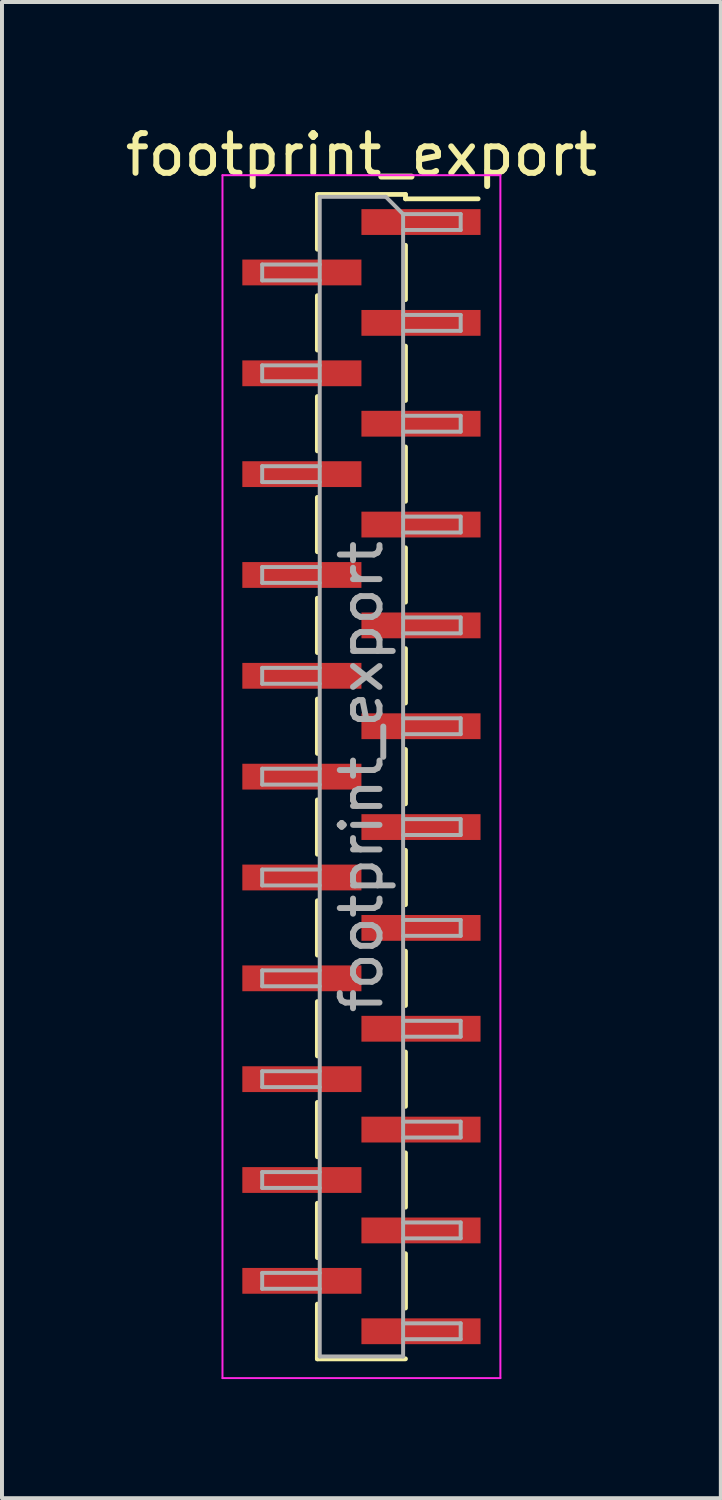
<source format=kicad_pcb>
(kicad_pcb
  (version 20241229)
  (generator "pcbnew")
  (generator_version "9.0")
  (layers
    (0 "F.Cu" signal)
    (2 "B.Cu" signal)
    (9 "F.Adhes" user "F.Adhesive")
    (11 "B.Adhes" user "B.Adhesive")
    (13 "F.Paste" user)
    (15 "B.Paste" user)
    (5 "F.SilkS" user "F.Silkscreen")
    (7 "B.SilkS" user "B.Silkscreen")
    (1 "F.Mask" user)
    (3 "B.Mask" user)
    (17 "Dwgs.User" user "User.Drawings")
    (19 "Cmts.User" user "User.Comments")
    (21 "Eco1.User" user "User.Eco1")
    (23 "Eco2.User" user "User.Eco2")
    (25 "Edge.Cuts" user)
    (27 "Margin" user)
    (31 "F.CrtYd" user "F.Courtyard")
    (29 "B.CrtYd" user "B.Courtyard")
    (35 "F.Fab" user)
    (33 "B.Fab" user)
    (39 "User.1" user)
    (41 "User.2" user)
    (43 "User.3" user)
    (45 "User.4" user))
  (footprint "footprint_export"
    (layer "F.Cu")
    (at 6.054 16.513)
    (property "Reference" "footprint_export" (at 0 -15.665 0) (layer "F.SilkS") (effects (font (size 1 1) (thickness 0.15))))
    (attr smd)
    (fp_line (start -1.11 -14.665) (end 1.11 -14.665) (stroke (width 0.12) (type solid)) (layer "F.SilkS"))
    (fp_line (start -1.11 -14.655) (end -1.11 -13.285) (stroke (width 0.12) (type solid)) (layer "F.SilkS"))
    (fp_line (start -1.11 -12.115) (end -1.11 -10.745) (stroke (width 0.12) (type solid)) (layer "F.SilkS"))
    (fp_line (start -1.11 -9.575) (end -1.11 -8.205) (stroke (width 0.12) (type solid)) (layer "F.SilkS"))
    (fp_line (start -1.11 -7.035) (end -1.11 -5.665) (stroke (width 0.12) (type solid)) (layer "F.SilkS"))
    (fp_line (start -1.11 -4.495) (end -1.11 -3.125) (stroke (width 0.12) (type solid)) (layer "F.SilkS"))
    (fp_line (start -1.11 -1.955) (end -1.11 -0.585) (stroke (width 0.12) (type solid)) (layer "F.SilkS"))
    (fp_line (start -1.11 0.585) (end -1.11 1.955) (stroke (width 0.12) (type solid)) (layer "F.SilkS"))
    (fp_line (start -1.11 3.125) (end -1.11 4.495) (stroke (width 0.12) (type solid)) (layer "F.SilkS"))
    (fp_line (start -1.11 5.665) (end -1.11 7.035) (stroke (width 0.12) (type solid)) (layer "F.SilkS"))
    (fp_line (start -1.11 8.205) (end -1.11 9.575) (stroke (width 0.12) (type solid)) (layer "F.SilkS"))
    (fp_line (start -1.11 10.745) (end -1.11 12.115) (stroke (width 0.12) (type solid)) (layer "F.SilkS"))
    (fp_line (start -1.11 13.285) (end -1.11 14.655) (stroke (width 0.12) (type solid)) (layer "F.SilkS"))
    (fp_line (start -1.11 14.555) (end -1.11 14.665) (stroke (width 0.12) (type solid)) (layer "F.SilkS"))
    (fp_line (start -1.11 14.665) (end 1.11 14.665) (stroke (width 0.12) (type solid)) (layer "F.SilkS"))
    (fp_line (start 1.11 -14.665) (end 1.11 -14.555) (stroke (width 0.12) (type solid)) (layer "F.SilkS"))
    (fp_line (start 1.11 -14.555) (end 2.94 -14.555) (stroke (width 0.12) (type solid)) (layer "F.SilkS"))
    (fp_line (start 1.11 -13.385) (end 1.11 -12.015) (stroke (width 0.12) (type solid)) (layer "F.SilkS"))
    (fp_line (start 1.11 -10.845) (end 1.11 -9.475) (stroke (width 0.12) (type solid)) (layer "F.SilkS"))
    (fp_line (start 1.11 -8.305) (end 1.11 -6.935) (stroke (width 0.12) (type solid)) (layer "F.SilkS"))
    (fp_line (start 1.11 -5.765) (end 1.11 -4.395) (stroke (width 0.12) (type solid)) (layer "F.SilkS"))
    (fp_line (start 1.11 -3.225) (end 1.11 -1.855) (stroke (width 0.12) (type solid)) (layer "F.SilkS"))
    (fp_line (start 1.11 -0.685) (end 1.11 0.685) (stroke (width 0.12) (type solid)) (layer "F.SilkS"))
    (fp_line (start 1.11 1.855) (end 1.11 3.225) (stroke (width 0.12) (type solid)) (layer "F.SilkS"))
    (fp_line (start 1.11 4.395) (end 1.11 5.765) (stroke (width 0.12) (type solid)) (layer "F.SilkS"))
    (fp_line (start 1.11 6.935) (end 1.11 8.305) (stroke (width 0.12) (type solid)) (layer "F.SilkS"))
    (fp_line (start 1.11 9.475) (end 1.11 10.845) (stroke (width 0.12) (type solid)) (layer "F.SilkS"))
    (fp_line (start 1.11 12.015) (end 1.11 13.385) (stroke (width 0.12) (type solid)) (layer "F.SilkS"))
    (fp_line (start -3.5 -15.15) (end -3.5 15.15) (stroke (width 0.05) (type solid)) (layer "F.CrtYd"))
    (fp_line (start -3.5 15.15) (end 3.5 15.15) (stroke (width 0.05) (type solid)) (layer "F.CrtYd"))
    (fp_line (start 3.5 -15.15) (end -3.5 -15.15) (stroke (width 0.05) (type solid)) (layer "F.CrtYd"))
    (fp_line (start 3.5 15.15) (end 3.5 -15.15) (stroke (width 0.05) (type solid)) (layer "F.CrtYd"))
    (fp_line (start -2.5 -12.9) (end -2.5 -12.5) (stroke (width 0.1) (type solid)) (layer "F.Fab"))
    (fp_line (start -2.5 -12.5) (end -1.05 -12.5) (stroke (width 0.1) (type solid)) (layer "F.Fab"))
    (fp_line (start -2.5 -10.36) (end -2.5 -9.96) (stroke (width 0.1) (type solid)) (layer "F.Fab"))
    (fp_line (start -2.5 -9.96) (end -1.05 -9.96) (stroke (width 0.1) (type solid)) (layer "F.Fab"))
    (fp_line (start -2.5 -7.82) (end -2.5 -7.42) (stroke (width 0.1) (type solid)) (layer "F.Fab"))
    (fp_line (start -2.5 -7.42) (end -1.05 -7.42) (stroke (width 0.1) (type solid)) (layer "F.Fab"))
    (fp_line (start -2.5 -5.28) (end -2.5 -4.88) (stroke (width 0.1) (type solid)) (layer "F.Fab"))
    (fp_line (start -2.5 -4.88) (end -1.05 -4.88) (stroke (width 0.1) (type solid)) (layer "F.Fab"))
    (fp_line (start -2.5 -2.74) (end -2.5 -2.34) (stroke (width 0.1) (type solid)) (layer "F.Fab"))
    (fp_line (start -2.5 -2.34) (end -1.05 -2.34) (stroke (width 0.1) (type solid)) (layer "F.Fab"))
    (fp_line (start -2.5 -0.2) (end -2.5 0.2) (stroke (width 0.1) (type solid)) (layer "F.Fab"))
    (fp_line (start -2.5 0.2) (end -1.05 0.2) (stroke (width 0.1) (type solid)) (layer "F.Fab"))
    (fp_line (start -2.5 2.34) (end -2.5 2.74) (stroke (width 0.1) (type solid)) (layer "F.Fab"))
    (fp_line (start -2.5 2.74) (end -1.05 2.74) (stroke (width 0.1) (type solid)) (layer "F.Fab"))
    (fp_line (start -2.5 4.88) (end -2.5 5.28) (stroke (width 0.1) (type solid)) (layer "F.Fab"))
    (fp_line (start -2.5 5.28) (end -1.05 5.28) (stroke (width 0.1) (type solid)) (layer "F.Fab"))
    (fp_line (start -2.5 7.42) (end -2.5 7.82) (stroke (width 0.1) (type solid)) (layer "F.Fab"))
    (fp_line (start -2.5 7.82) (end -1.05 7.82) (stroke (width 0.1) (type solid)) (layer "F.Fab"))
    (fp_line (start -2.5 9.96) (end -2.5 10.36) (stroke (width 0.1) (type solid)) (layer "F.Fab"))
    (fp_line (start -2.5 10.36) (end -1.05 10.36) (stroke (width 0.1) (type solid)) (layer "F.Fab"))
    (fp_line (start -2.5 12.5) (end -2.5 12.9) (stroke (width 0.1) (type solid)) (layer "F.Fab"))
    (fp_line (start -2.5 12.9) (end -1.05 12.9) (stroke (width 0.1) (type solid)) (layer "F.Fab"))
    (fp_line (start -1.05 -14.605) (end -1.05 14.605) (stroke (width 0.1) (type solid)) (layer "F.Fab"))
    (fp_line (start -1.05 -14.605) (end 0.615 -14.605) (stroke (width 0.1) (type solid)) (layer "F.Fab"))
    (fp_line (start -1.05 -12.9) (end -2.5 -12.9) (stroke (width 0.1) (type solid)) (layer "F.Fab"))
    (fp_line (start -1.05 -10.36) (end -2.5 -10.36) (stroke (width 0.1) (type solid)) (layer "F.Fab"))
    (fp_line (start -1.05 -7.82) (end -2.5 -7.82) (stroke (width 0.1) (type solid)) (layer "F.Fab"))
    (fp_line (start -1.05 -5.28) (end -2.5 -5.28) (stroke (width 0.1) (type solid)) (layer "F.Fab"))
    (fp_line (start -1.05 -2.74) (end -2.5 -2.74) (stroke (width 0.1) (type solid)) (layer "F.Fab"))
    (fp_line (start -1.05 -0.2) (end -2.5 -0.2) (stroke (width 0.1) (type solid)) (layer "F.Fab"))
    (fp_line (start -1.05 2.34) (end -2.5 2.34) (stroke (width 0.1) (type solid)) (layer "F.Fab"))
    (fp_line (start -1.05 4.88) (end -2.5 4.88) (stroke (width 0.1) (type solid)) (layer "F.Fab"))
    (fp_line (start -1.05 7.42) (end -2.5 7.42) (stroke (width 0.1) (type solid)) (layer "F.Fab"))
    (fp_line (start -1.05 9.96) (end -2.5 9.96) (stroke (width 0.1) (type solid)) (layer "F.Fab"))
    (fp_line (start -1.05 12.5) (end -2.5 12.5) (stroke (width 0.1) (type solid)) (layer "F.Fab"))
    (fp_line (start 1.05 -14.17) (end 0.615 -14.605) (stroke (width 0.1) (type solid)) (layer "F.Fab"))
    (fp_line (start 1.05 -14.17) (end 2.5 -14.17) (stroke (width 0.1) (type solid)) (layer "F.Fab"))
    (fp_line (start 1.05 -11.63) (end 2.5 -11.63) (stroke (width 0.1) (type solid)) (layer "F.Fab"))
    (fp_line (start 1.05 -9.09) (end 2.5 -9.09) (stroke (width 0.1) (type solid)) (layer "F.Fab"))
    (fp_line (start 1.05 -6.55) (end 2.5 -6.55) (stroke (width 0.1) (type solid)) (layer "F.Fab"))
    (fp_line (start 1.05 -4.01) (end 2.5 -4.01) (stroke (width 0.1) (type solid)) (layer "F.Fab"))
    (fp_line (start 1.05 -1.47) (end 2.5 -1.47) (stroke (width 0.1) (type solid)) (layer "F.Fab"))
    (fp_line (start 1.05 1.07) (end 2.5 1.07) (stroke (width 0.1) (type solid)) (layer "F.Fab"))
    (fp_line (start 1.05 3.61) (end 2.5 3.61) (stroke (width 0.1) (type solid)) (layer "F.Fab"))
    (fp_line (start 1.05 6.15) (end 2.5 6.15) (stroke (width 0.1) (type solid)) (layer "F.Fab"))
    (fp_line (start 1.05 8.69) (end 2.5 8.69) (stroke (width 0.1) (type solid)) (layer "F.Fab"))
    (fp_line (start 1.05 11.23) (end 2.5 11.23) (stroke (width 0.1) (type solid)) (layer "F.Fab"))
    (fp_line (start 1.05 13.77) (end 2.5 13.77) (stroke (width 0.1) (type solid)) (layer "F.Fab"))
    (fp_line (start 1.05 14.605) (end -1.05 14.605) (stroke (width 0.1) (type solid)) (layer "F.Fab"))
    (fp_line (start 1.05 14.605) (end 1.05 -14.17) (stroke (width 0.1) (type solid)) (layer "F.Fab"))
    (fp_line (start 2.5 -14.17) (end 2.5 -13.77) (stroke (width 0.1) (type solid)) (layer "F.Fab"))
    (fp_line (start 2.5 -13.77) (end 1.05 -13.77) (stroke (width 0.1) (type solid)) (layer "F.Fab"))
    (fp_line (start 2.5 -11.63) (end 2.5 -11.23) (stroke (width 0.1) (type solid)) (layer "F.Fab"))
    (fp_line (start 2.5 -11.23) (end 1.05 -11.23) (stroke (width 0.1) (type solid)) (layer "F.Fab"))
    (fp_line (start 2.5 -9.09) (end 2.5 -8.69) (stroke (width 0.1) (type solid)) (layer "F.Fab"))
    (fp_line (start 2.5 -8.69) (end 1.05 -8.69) (stroke (width 0.1) (type solid)) (layer "F.Fab"))
    (fp_line (start 2.5 -6.55) (end 2.5 -6.15) (stroke (width 0.1) (type solid)) (layer "F.Fab"))
    (fp_line (start 2.5 -6.15) (end 1.05 -6.15) (stroke (width 0.1) (type solid)) (layer "F.Fab"))
    (fp_line (start 2.5 -4.01) (end 2.5 -3.61) (stroke (width 0.1) (type solid)) (layer "F.Fab"))
    (fp_line (start 2.5 -3.61) (end 1.05 -3.61) (stroke (width 0.1) (type solid)) (layer "F.Fab"))
    (fp_line (start 2.5 -1.47) (end 2.5 -1.07) (stroke (width 0.1) (type solid)) (layer "F.Fab"))
    (fp_line (start 2.5 -1.07) (end 1.05 -1.07) (stroke (width 0.1) (type solid)) (layer "F.Fab"))
    (fp_line (start 2.5 1.07) (end 2.5 1.47) (stroke (width 0.1) (type solid)) (layer "F.Fab"))
    (fp_line (start 2.5 1.47) (end 1.05 1.47) (stroke (width 0.1) (type solid)) (layer "F.Fab"))
    (fp_line (start 2.5 3.61) (end 2.5 4.01) (stroke (width 0.1) (type solid)) (layer "F.Fab"))
    (fp_line (start 2.5 4.01) (end 1.05 4.01) (stroke (width 0.1) (type solid)) (layer "F.Fab"))
    (fp_line (start 2.5 6.15) (end 2.5 6.55) (stroke (width 0.1) (type solid)) (layer "F.Fab"))
    (fp_line (start 2.5 6.55) (end 1.05 6.55) (stroke (width 0.1) (type solid)) (layer "F.Fab"))
    (fp_line (start 2.5 8.69) (end 2.5 9.09) (stroke (width 0.1) (type solid)) (layer "F.Fab"))
    (fp_line (start 2.5 9.09) (end 1.05 9.09) (stroke (width 0.1) (type solid)) (layer "F.Fab"))
    (fp_line (start 2.5 11.23) (end 2.5 11.63) (stroke (width 0.1) (type solid)) (layer "F.Fab"))
    (fp_line (start 2.5 11.63) (end 1.05 11.63) (stroke (width 0.1) (type solid)) (layer "F.Fab"))
    (fp_line (start 2.5 13.77) (end 2.5 14.17) (stroke (width 0.1) (type solid)) (layer "F.Fab"))
    (fp_line (start 2.5 14.17) (end 1.05 14.17) (stroke (width 0.1) (type solid)) (layer "F.Fab"))
    (fp_text user "${REFERENCE}" (at 0 0 90) (layer "F.Fab") (effects (font (size 1 1) (thickness 0.15))))
    (pad "1" smd rect (at 1.5 -13.97) (size 3 0.65) (layers "F.Cu" "F.Mask" "F.Paste"))
    (pad "2" smd rect (at -1.5 -12.7) (size 3 0.65) (layers "F.Cu" "F.Mask" "F.Paste"))
    (pad "3" smd rect (at 1.5 -11.43) (size 3 0.65) (layers "F.Cu" "F.Mask" "F.Paste"))
    (pad "4" smd rect (at -1.5 -10.16) (size 3 0.65) (layers "F.Cu" "F.Mask" "F.Paste"))
    (pad "5" smd rect (at 1.5 -8.89) (size 3 0.65) (layers "F.Cu" "F.Mask" "F.Paste"))
    (pad "6" smd rect (at -1.5 -7.62) (size 3 0.65) (layers "F.Cu" "F.Mask" "F.Paste"))
    (pad "7" smd rect (at 1.5 -6.35) (size 3 0.65) (layers "F.Cu" "F.Mask" "F.Paste"))
    (pad "8" smd rect (at -1.5 -5.08) (size 3 0.65) (layers "F.Cu" "F.Mask" "F.Paste"))
    (pad "9" smd rect (at 1.5 -3.81) (size 3 0.65) (layers "F.Cu" "F.Mask" "F.Paste"))
    (pad "10" smd rect (at -1.5 -2.54) (size 3 0.65) (layers "F.Cu" "F.Mask" "F.Paste"))
    (pad "11" smd rect (at 1.5 -1.27) (size 3 0.65) (layers "F.Cu" "F.Mask" "F.Paste"))
    (pad "12" smd rect (at -1.5 0) (size 3 0.65) (layers "F.Cu" "F.Mask" "F.Paste"))
    (pad "13" smd rect (at 1.5 1.27) (size 3 0.65) (layers "F.Cu" "F.Mask" "F.Paste"))
    (pad "14" smd rect (at -1.5 2.54) (size 3 0.65) (layers "F.Cu" "F.Mask" "F.Paste"))
    (pad "15" smd rect (at 1.5 3.81) (size 3 0.65) (layers "F.Cu" "F.Mask" "F.Paste"))
    (pad "16" smd rect (at -1.5 5.08) (size 3 0.65) (layers "F.Cu" "F.Mask" "F.Paste"))
    (pad "17" smd rect (at 1.5 6.35) (size 3 0.65) (layers "F.Cu" "F.Mask" "F.Paste"))
    (pad "18" smd rect (at -1.5 7.62) (size 3 0.65) (layers "F.Cu" "F.Mask" "F.Paste"))
    (pad "19" smd rect (at 1.5 8.89) (size 3 0.65) (layers "F.Cu" "F.Mask" "F.Paste"))
    (pad "20" smd rect (at -1.5 10.16) (size 3 0.65) (layers "F.Cu" "F.Mask" "F.Paste"))
    (pad "21" smd rect (at 1.5 11.43) (size 3 0.65) (layers "F.Cu" "F.Mask" "F.Paste"))
    (pad "22" smd rect (at -1.5 12.7) (size 3 0.65) (layers "F.Cu" "F.Mask" "F.Paste"))
    (pad "23" smd rect (at 1.5 13.97) (size 3 0.65) (layers "F.Cu" "F.Mask" "F.Paste")))
  (gr_rect
    (start -3 -3)
    (end 15.107 34.688)
    (stroke (width 0.1) (type default))
    (fill no)
    (layer "Edge.Cuts")))
</source>
